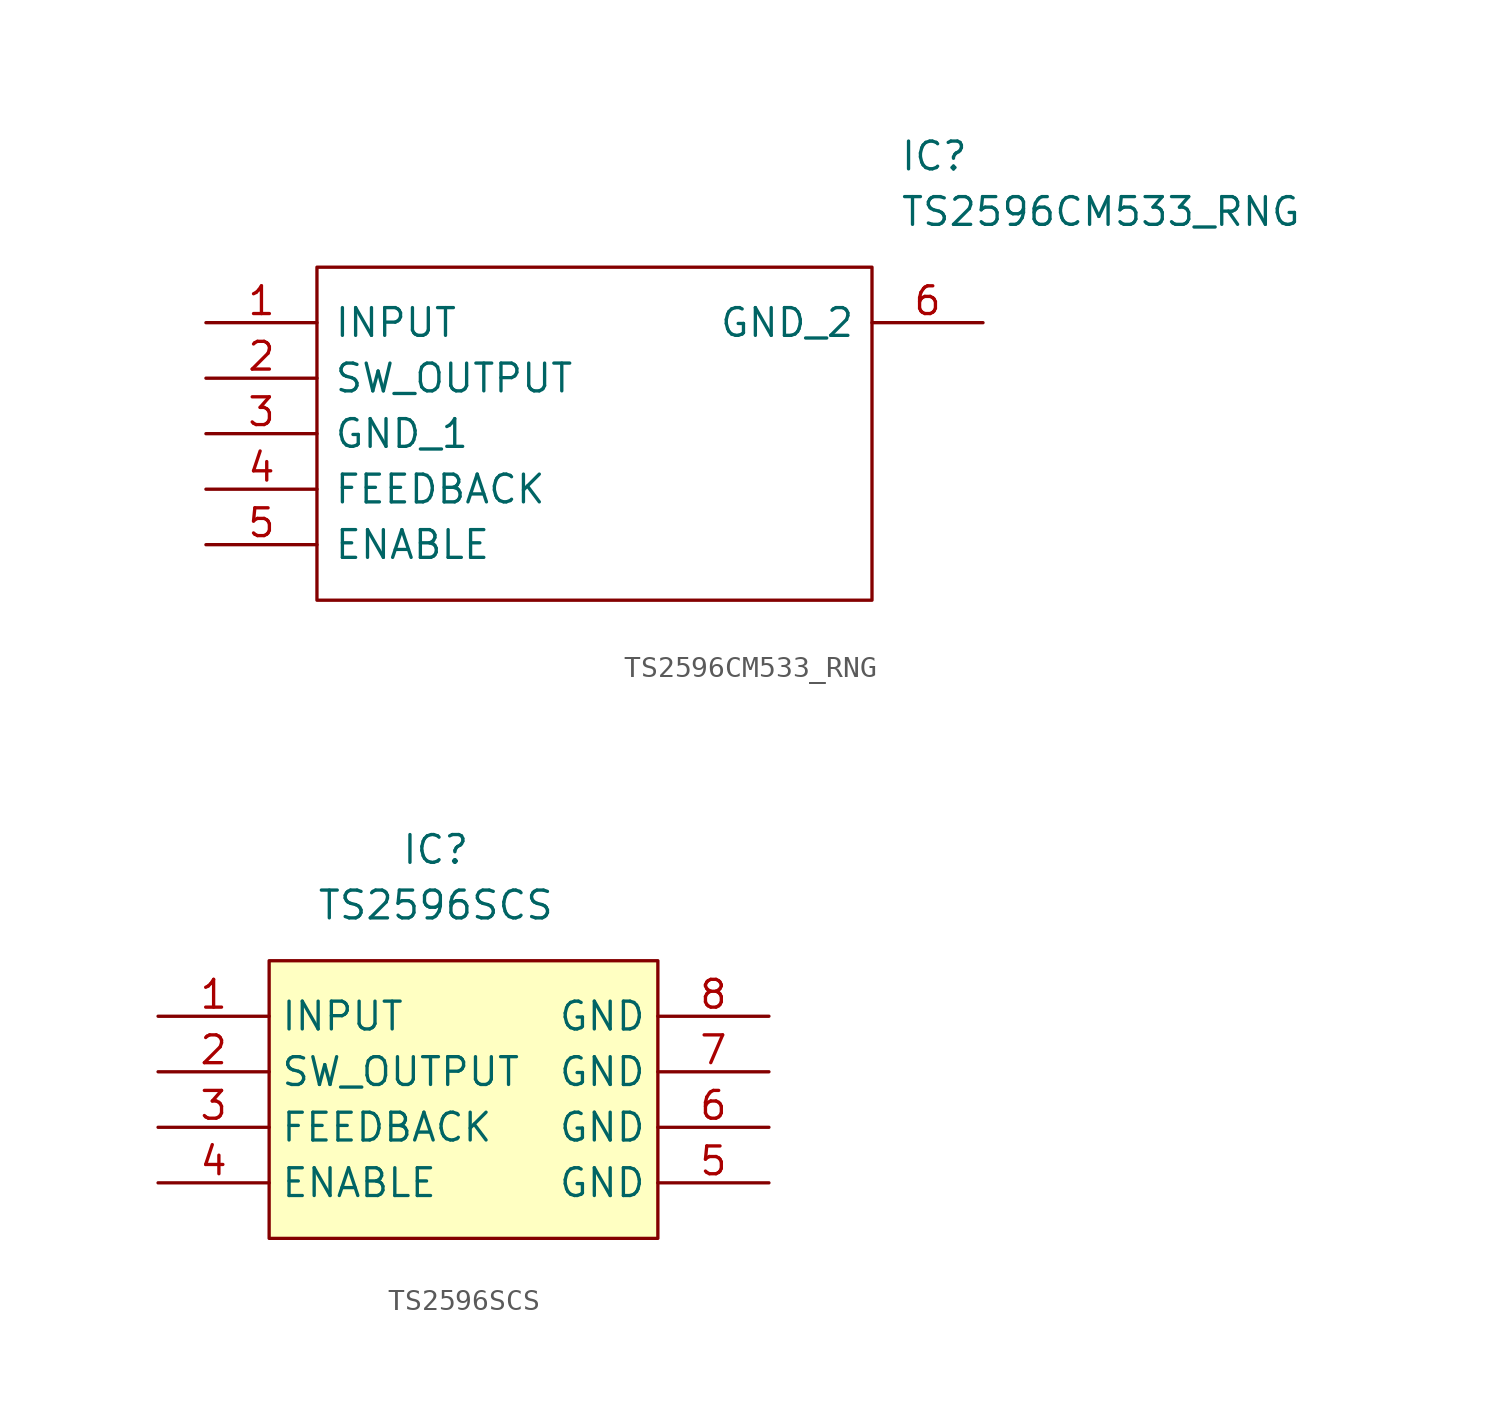
<source format=kicad_sym>
(kicad_symbol_lib
  (version 20211014)
  (generator kicad_symbol_editor)
  (symbol "TS2596CM533_RNG"
    (pin_names
      (offset 0.762))
    (property "Reference" "IC"
      (at 31.75 7.62 0)
      (effects (font (size 1.27 1.27)) (justify left)))
    (property "Value" "TS2596CM533_RNG"
      (at 31.75 5.08 0)
      (effects (font (size 1.27 1.27)) (justify left)))
    (symbol "TS2596CM533_RNG_0_0"
      (pin power_in line (at 0 0 0) (length 5.08) (name "INPUT" (effects (font (size 1.27 1.27)))) (number "1" (effects (font (size 1.27 1.27)))))
      (pin power_out line (at 0 -2.54 0) (length 5.08) (name "SW_OUTPUT" (effects (font (size 1.27 1.27)))) (number "2" (effects (font (size 1.27 1.27)))))
      (pin power_in line (at 0 -5.08 0) (length 5.08) (name "GND_1" (effects (font (size 1.27 1.27)))) (number "3" (effects (font (size 1.27 1.27)))))
      (pin input line (at 0 -7.62 0) (length 5.08) (name "FEEDBACK" (effects (font (size 1.27 1.27)))) (number "4" (effects (font (size 1.27 1.27)))))
      (pin input line (at 0 -10.16 0) (length 5.08) (name "ENABLE" (effects (font (size 1.27 1.27)))) (number "5" (effects (font (size 1.27 1.27)))))
      (pin power_in line (at 35.56 0 180) (length 5.08) (name "GND_2" (effects (font (size 1.27 1.27)))) (number "6" (effects (font (size 1.27 1.27))))))
    (symbol "TS2596CM533_RNG_0_1"
      (polyline (pts (xy 5.08 2.54) (xy 30.48 2.54) (xy 30.48 -12.7) (xy 5.08 -12.7) (xy 5.08 2.54)) (stroke (width 0.152) (type default) (color 0 0 0 0)) (fill (type none)))))
  (symbol "TS2596SCS"
    (property "Reference" "IC"
      (at 0 5.08 0)
      (effects (font (size 1.27 1.27))))
    (property "Value" "TS2596SCS"
      (at 0 2.54 0)
      (effects (font (size 1.27 1.27))))
    (symbol "TS2596SCS_0_0"
      (pin power_in line (at -12.7 -2.54 0) (length 5.08) (name "INPUT" (effects (font (size 1.27 1.27)))) (number "1" (effects (font (size 1.27 1.27)))))
      (pin power_out line (at -12.7 -5.08 0) (length 5.08) (name "SW_OUTPUT" (effects (font (size 1.27 1.27)))) (number "2" (effects (font (size 1.27 1.27)))))
      (pin input line (at -12.7 -7.62 0) (length 5.08) (name "FEEDBACK" (effects (font (size 1.27 1.27)))) (number "3" (effects (font (size 1.27 1.27)))))
      (pin input line (at -12.7 -10.16 0) (length 5.08) (name "ENABLE" (effects (font (size 1.27 1.27)))) (number "4" (effects (font (size 1.27 1.27)))))
      (pin power_in line (at 15.24 -10.16 180) (length 5.08) (name "GND" (effects (font (size 1.27 1.27)))) (number "5" (effects (font (size 1.27 1.27)))))
      (pin power_in line (at 15.24 -7.62 180) (length 5.08) (name "GND" (effects (font (size 1.27 1.27)))) (number "6" (effects (font (size 1.27 1.27)))))
      (pin power_in line (at 15.24 -5.08 180) (length 5.08) (name "GND" (effects (font (size 1.27 1.27)))) (number "7" (effects (font (size 1.27 1.27)))))
      (pin power_in line (at 15.24 -2.54 180) (length 5.08) (name "GND" (effects (font (size 1.27 1.27)))) (number "8" (effects (font (size 1.27 1.27))))))
    (symbol "TS2596SCS_0_1"
      (polyline (pts (xy -7.62 0) (xy 10.16 0) (xy 10.16 -12.7) (xy -7.62 -12.7) (xy -7.62 0)) (stroke (width 0.152) (type default) (color 0 0 0 0)) (fill (type background))))))
</source>
